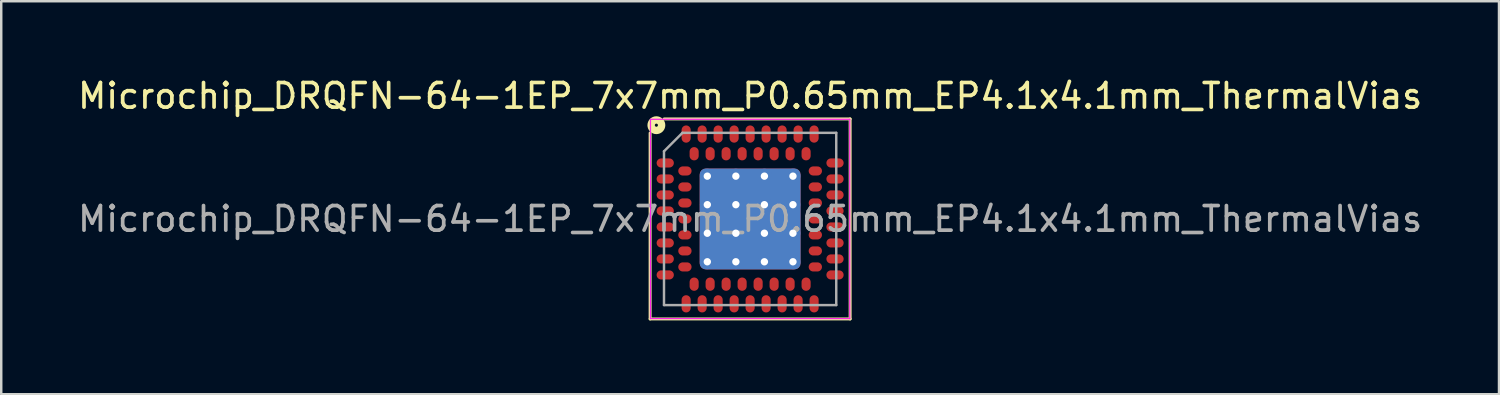
<source format=kicad_pcb>
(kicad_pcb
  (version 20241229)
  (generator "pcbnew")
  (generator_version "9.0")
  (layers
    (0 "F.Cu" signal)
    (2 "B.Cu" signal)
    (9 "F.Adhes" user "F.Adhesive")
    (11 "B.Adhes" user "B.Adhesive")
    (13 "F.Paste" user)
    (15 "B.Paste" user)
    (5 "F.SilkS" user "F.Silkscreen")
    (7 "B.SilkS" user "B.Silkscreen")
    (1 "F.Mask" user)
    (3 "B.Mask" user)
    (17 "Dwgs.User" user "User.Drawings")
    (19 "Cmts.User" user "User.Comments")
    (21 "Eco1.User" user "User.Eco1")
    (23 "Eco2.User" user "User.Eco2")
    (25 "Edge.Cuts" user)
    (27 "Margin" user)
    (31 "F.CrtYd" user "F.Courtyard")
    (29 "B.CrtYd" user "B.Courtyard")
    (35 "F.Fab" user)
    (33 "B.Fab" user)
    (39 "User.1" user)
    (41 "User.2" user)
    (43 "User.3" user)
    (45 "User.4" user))
  (footprint "Microchip_DRQFN-64-1EP_7x7mm_P0.65mm_EP4.1x4.1mm_ThermalVias"
    (layer "F.Cu")
    (at 27.435 5.848)
    (property "Reference" "Microchip_DRQFN-64-1EP_7x7mm_P0.65mm_EP4.1x4.1mm_ThermalVias" (at 0 -5 0) (layer "F.SilkS") (effects (font (size 1 1) (thickness 0.15))))
    (attr smd)
    (fp_line (start -4.064 4.064) (end -4.064 -3.493) (stroke (width 0.12) (type solid)) (layer "F.SilkS"))
    (fp_line (start -3.493 -4.064) (end 4.064 -4.064) (stroke (width 0.12) (type solid)) (layer "F.SilkS"))
    (fp_line (start 4.064 -4.064) (end 4.064 4.064) (stroke (width 0.12) (type solid)) (layer "F.SilkS"))
    (fp_line (start 4.064 4.064) (end -4.064 4.064) (stroke (width 0.12) (type solid)) (layer "F.SilkS"))
    (fp_circle (center -3.81 -3.81) (end -3.747 -3.81) (stroke (width 0.3) (type solid)) (fill no) (layer "F.SilkS"))
    (fp_line (start -4.05 -4.05) (end 4.05 -4.05) (stroke (width 0.05) (type solid)) (layer "F.CrtYd"))
    (fp_line (start -4.05 4.05) (end -4.05 -4.05) (stroke (width 0.05) (type solid)) (layer "F.CrtYd"))
    (fp_line (start 4.05 -4.05) (end 4.05 4.05) (stroke (width 0.05) (type solid)) (layer "F.CrtYd"))
    (fp_line (start 4.05 4.05) (end -4.05 4.05) (stroke (width 0.05) (type solid)) (layer "F.CrtYd"))
    (fp_line (start -3.5 -2.75) (end -2.75 -3.5) (stroke (width 0.1) (type solid)) (layer "F.Fab"))
    (fp_line (start -3.5 3.5) (end -3.5 -2.75) (stroke (width 0.1) (type solid)) (layer "F.Fab"))
    (fp_line (start -2.75 -3.5) (end 3.5 -3.5) (stroke (width 0.1) (type solid)) (layer "F.Fab"))
    (fp_line (start 3.5 -3.5) (end 3.5 3.5) (stroke (width 0.1) (type solid)) (layer "F.Fab"))
    (fp_line (start 3.5 3.5) (end -3.5 3.5) (stroke (width 0.1) (type solid)) (layer "F.Fab"))
    (fp_text user "${REFERENCE}" (at 0 0 0) (layer "F.Fab") (effects (font (size 1 1) (thickness 0.15))))
    (pad "" smd roundrect (at -1.16 -1.16) (size 1 1) (layers "F.Paste") (roundrect_rratio 0.25))
    (pad "" smd roundrect (at -1.16 0) (size 1 1) (layers "F.Paste") (roundrect_rratio 0.25))
    (pad "" smd roundrect (at -1.16 1.16) (size 1 1) (layers "F.Paste") (roundrect_rratio 0.25))
    (pad "" smd roundrect (at 0 -1.16) (size 1 1) (layers "F.Paste") (roundrect_rratio 0.25))
    (pad "" smd roundrect (at 0 0) (size 1 1) (layers "F.Paste") (roundrect_rratio 0.25))
    (pad "" smd roundrect (at 0 1.16) (size 1 1) (layers "F.Paste") (roundrect_rratio 0.25))
    (pad "" smd roundrect (at 1.16 -1.16) (size 1 1) (layers "F.Paste") (roundrect_rratio 0.25))
    (pad "" smd roundrect (at 1.16 0) (size 1 1) (layers "F.Paste") (roundrect_rratio 0.25))
    (pad "" smd roundrect (at 1.16 1.16) (size 1 1) (layers "F.Paste") (roundrect_rratio 0.25))
    (pad "A1" smd oval (at -3.45 -2.275) (size 0.7 0.37) (layers "F.Cu" "F.Mask" "F.Paste"))
    (pad "A2" smd oval (at -3.45 -1.625) (size 0.7 0.37) (layers "F.Cu" "F.Mask" "F.Paste"))
    (pad "A3" smd oval (at -3.45 -0.975) (size 0.7 0.37) (layers "F.Cu" "F.Mask" "F.Paste"))
    (pad "A4" smd oval (at -3.45 -0.325) (size 0.7 0.37) (layers "F.Cu" "F.Mask" "F.Paste"))
    (pad "A5" smd oval (at -3.45 0.325) (size 0.7 0.37) (layers "F.Cu" "F.Mask" "F.Paste"))
    (pad "A6" smd oval (at -3.45 0.975) (size 0.7 0.37) (layers "F.Cu" "F.Mask" "F.Paste"))
    (pad "A7" smd oval (at -3.45 1.625) (size 0.7 0.37) (layers "F.Cu" "F.Mask" "F.Paste"))
    (pad "A8" smd oval (at -3.45 2.275) (size 0.7 0.37) (layers "F.Cu" "F.Mask" "F.Paste"))
    (pad "A9" smd oval (at -2.6 3.45) (size 0.37 0.7) (layers "F.Cu" "F.Mask" "F.Paste"))
    (pad "A10" smd oval (at -1.95 3.45) (size 0.37 0.7) (layers "F.Cu" "F.Mask" "F.Paste"))
    (pad "A11" smd oval (at -1.3 3.45) (size 0.37 0.7) (layers "F.Cu" "F.Mask" "F.Paste"))
    (pad "A12" smd oval (at -0.65 3.45) (size 0.37 0.7) (layers "F.Cu" "F.Mask" "F.Paste"))
    (pad "A13" smd oval (at 0 3.45) (size 0.37 0.7) (layers "F.Cu" "F.Mask" "F.Paste"))
    (pad "A14" smd oval (at 0.65 3.45) (size 0.37 0.7) (layers "F.Cu" "F.Mask" "F.Paste"))
    (pad "A15" smd oval (at 1.3 3.45) (size 0.37 0.7) (layers "F.Cu" "F.Mask" "F.Paste"))
    (pad "A16" smd oval (at 1.95 3.45) (size 0.37 0.7) (layers "F.Cu" "F.Mask" "F.Paste"))
    (pad "A17" smd oval (at 2.6 3.45) (size 0.37 0.7) (layers "F.Cu" "F.Mask" "F.Paste"))
    (pad "A18" smd oval (at 3.45 2.275) (size 0.7 0.37) (layers "F.Cu" "F.Mask" "F.Paste"))
    (pad "A19" smd oval (at 3.45 1.625) (size 0.7 0.37) (layers "F.Cu" "F.Mask" "F.Paste"))
    (pad "A20" smd oval (at 3.45 0.975) (size 0.7 0.37) (layers "F.Cu" "F.Mask" "F.Paste"))
    (pad "A21" smd oval (at 3.45 0.325) (size 0.7 0.37) (layers "F.Cu" "F.Mask" "F.Paste"))
    (pad "A22" smd oval (at 3.45 -0.325) (size 0.7 0.37) (layers "F.Cu" "F.Mask" "F.Paste"))
    (pad "A23" smd oval (at 3.45 -0.975) (size 0.7 0.37) (layers "F.Cu" "F.Mask" "F.Paste"))
    (pad "A24" smd oval (at 3.45 -1.625) (size 0.7 0.37) (layers "F.Cu" "F.Mask" "F.Paste"))
    (pad "A25" smd oval (at 3.45 -2.275) (size 0.7 0.37) (layers "F.Cu" "F.Mask" "F.Paste"))
    (pad "A26" smd oval (at 2.6 -3.45) (size 0.37 0.7) (layers "F.Cu" "F.Mask" "F.Paste"))
    (pad "A27" smd oval (at 1.95 -3.45) (size 0.37 0.7) (layers "F.Cu" "F.Mask" "F.Paste"))
    (pad "A28" smd oval (at 1.3 -3.45) (size 0.37 0.7) (layers "F.Cu" "F.Mask" "F.Paste"))
    (pad "A29" smd oval (at 0.65 -3.45) (size 0.37 0.7) (layers "F.Cu" "F.Mask" "F.Paste"))
    (pad "A30" smd oval (at 0 -3.45) (size 0.37 0.7) (layers "F.Cu" "F.Mask" "F.Paste"))
    (pad "A31" smd oval (at -0.65 -3.45) (size 0.37 0.7) (layers "F.Cu" "F.Mask" "F.Paste"))
    (pad "A32" smd oval (at -1.3 -3.45) (size 0.37 0.7) (layers "F.Cu" "F.Mask" "F.Paste"))
    (pad "A33" smd oval (at -1.95 -3.45) (size 0.37 0.7) (layers "F.Cu" "F.Mask" "F.Paste"))
    (pad "A34" smd oval (at -2.6 -3.45) (size 0.37 0.7) (layers "F.Cu" "F.Mask" "F.Paste"))
    (pad "B1" smd oval (at -2.65 -1.95) (size 0.54 0.37) (layers "F.Cu" "F.Mask" "F.Paste"))
    (pad "B2" smd oval (at -2.65 -1.3) (size 0.54 0.37) (layers "F.Cu" "F.Mask" "F.Paste"))
    (pad "B3" smd oval (at -2.65 -0.65) (size 0.54 0.37) (layers "F.Cu" "F.Mask" "F.Paste"))
    (pad "B4" smd oval (at -2.65 0) (size 0.54 0.37) (layers "F.Cu" "F.Mask" "F.Paste"))
    (pad "B5" smd oval (at -2.65 0.65) (size 0.54 0.37) (layers "F.Cu" "F.Mask" "F.Paste"))
    (pad "B6" smd oval (at -2.65 1.3) (size 0.54 0.37) (layers "F.Cu" "F.Mask" "F.Paste"))
    (pad "B7" smd oval (at -2.65 1.95) (size 0.54 0.37) (layers "F.Cu" "F.Mask" "F.Paste"))
    (pad "B8" smd oval (at -2.275 2.65) (size 0.37 0.54) (layers "F.Cu" "F.Mask" "F.Paste"))
    (pad "B9" smd oval (at -1.625 2.65) (size 0.37 0.54) (layers "F.Cu" "F.Mask" "F.Paste"))
    (pad "B10" smd oval (at -0.975 2.65) (size 0.37 0.54) (layers "F.Cu" "F.Mask" "F.Paste"))
    (pad "B11" smd oval (at -0.325 2.65) (size 0.37 0.54) (layers "F.Cu" "F.Mask" "F.Paste"))
    (pad "B12" smd oval (at 0.325 2.65) (size 0.37 0.54) (layers "F.Cu" "F.Mask" "F.Paste"))
    (pad "B13" smd oval (at 0.975 2.65) (size 0.37 0.54) (layers "F.Cu" "F.Mask" "F.Paste"))
    (pad "B14" smd oval (at 1.625 2.65) (size 0.37 0.54) (layers "F.Cu" "F.Mask" "F.Paste"))
    (pad "B15" smd oval (at 2.275 2.65) (size 0.37 0.54) (layers "F.Cu" "F.Mask" "F.Paste"))
    (pad "B16" smd oval (at 2.65 1.95) (size 0.54 0.37) (layers "F.Cu" "F.Mask" "F.Paste"))
    (pad "B17" smd oval (at 2.65 1.3) (size 0.54 0.37) (layers "F.Cu" "F.Mask" "F.Paste"))
    (pad "B18" smd oval (at 2.65 0.65) (size 0.54 0.37) (layers "F.Cu" "F.Mask" "F.Paste"))
    (pad "B19" smd oval (at 2.65 0) (size 0.54 0.37) (layers "F.Cu" "F.Mask" "F.Paste"))
    (pad "B20" smd oval (at 2.65 -0.65) (size 0.54 0.37) (layers "F.Cu" "F.Mask" "F.Paste"))
    (pad "B21" smd oval (at 2.65 -1.3) (size 0.54 0.37) (layers "F.Cu" "F.Mask" "F.Paste"))
    (pad "B22" smd oval (at 2.65 -1.95) (size 0.54 0.37) (layers "F.Cu" "F.Mask" "F.Paste"))
    (pad "B23" smd oval (at 2.275 -2.65) (size 0.37 0.54) (layers "F.Cu" "F.Mask" "F.Paste"))
    (pad "B24" smd oval (at 1.625 -2.65) (size 0.37 0.54) (layers "F.Cu" "F.Mask" "F.Paste"))
    (pad "B25" smd oval (at 0.975 -2.65) (size 0.37 0.54) (layers "F.Cu" "F.Mask" "F.Paste"))
    (pad "B26" smd oval (at 0.325 -2.65) (size 0.37 0.54) (layers "F.Cu" "F.Mask" "F.Paste"))
    (pad "B27" smd oval (at -0.325 -2.65) (size 0.37 0.54) (layers "F.Cu" "F.Mask" "F.Paste"))
    (pad "B28" smd oval (at -0.975 -2.65) (size 0.37 0.54) (layers "F.Cu" "F.Mask" "F.Paste"))
    (pad "B29" smd oval (at -1.625 -2.65) (size 0.37 0.54) (layers "F.Cu" "F.Mask" "F.Paste"))
    (pad "B30" smd oval (at -2.275 -2.65) (size 0.37 0.54) (layers "F.Cu" "F.Mask" "F.Paste"))
    (pad "EP" thru_hole circle (at -1.74 -1.74) (size 0.6 0.6) (drill 0.3) (layers "*.Cu"))
    (pad "EP" thru_hole circle (at -1.74 -0.58) (size 0.6 0.6) (drill 0.3) (layers "*.Cu"))
    (pad "EP" thru_hole circle (at -1.74 0.58) (size 0.6 0.6) (drill 0.3) (layers "*.Cu"))
    (pad "EP" thru_hole circle (at -1.74 1.74) (size 0.6 0.6) (drill 0.3) (layers "*.Cu"))
    (pad "EP" thru_hole circle (at -0.58 -1.74) (size 0.6 0.6) (drill 0.3) (layers "*.Cu"))
    (pad "EP" thru_hole circle (at -0.58 -0.58) (size 0.6 0.6) (drill 0.3) (layers "*.Cu"))
    (pad "EP" thru_hole circle (at -0.58 0.58) (size 0.6 0.6) (drill 0.3) (layers "*.Cu"))
    (pad "EP" thru_hole circle (at -0.58 1.74) (size 0.6 0.6) (drill 0.3) (layers "*.Cu"))
    (pad "EP" smd roundrect (at 0 0) (size 4.1 4.1) (layers "F.Cu" "F.Mask") (roundrect_rratio 0.06))
    (pad "EP" smd roundrect (at 0 0) (size 4.1 4.1) (layers "B.Cu" "B.Mask") (roundrect_rratio 0.06))
    (pad "EP" thru_hole circle (at 0.58 -1.74) (size 0.6 0.6) (drill 0.3) (layers "*.Cu"))
    (pad "EP" thru_hole circle (at 0.58 -0.58) (size 0.6 0.6) (drill 0.3) (layers "*.Cu"))
    (pad "EP" thru_hole circle (at 0.58 0.58) (size 0.6 0.6) (drill 0.3) (layers "*.Cu"))
    (pad "EP" thru_hole circle (at 0.58 1.74) (size 0.6 0.6) (drill 0.3) (layers "*.Cu"))
    (pad "EP" thru_hole circle (at 1.74 -1.74) (size 0.6 0.6) (drill 0.3) (layers "*.Cu"))
    (pad "EP" thru_hole circle (at 1.74 -0.58) (size 0.6 0.6) (drill 0.3) (layers "*.Cu"))
    (pad "EP" thru_hole circle (at 1.74 0.58) (size 0.6 0.6) (drill 0.3) (layers "*.Cu"))
    (pad "EP" thru_hole circle (at 1.74 1.74) (size 0.6 0.6) (drill 0.3) (layers "*.Cu")))
  (gr_rect
    (start -3 -3)
    (end 57.869 12.972)
    (stroke (width 0.1) (type default))
    (fill no)
    (layer "Edge.Cuts")))
</source>
